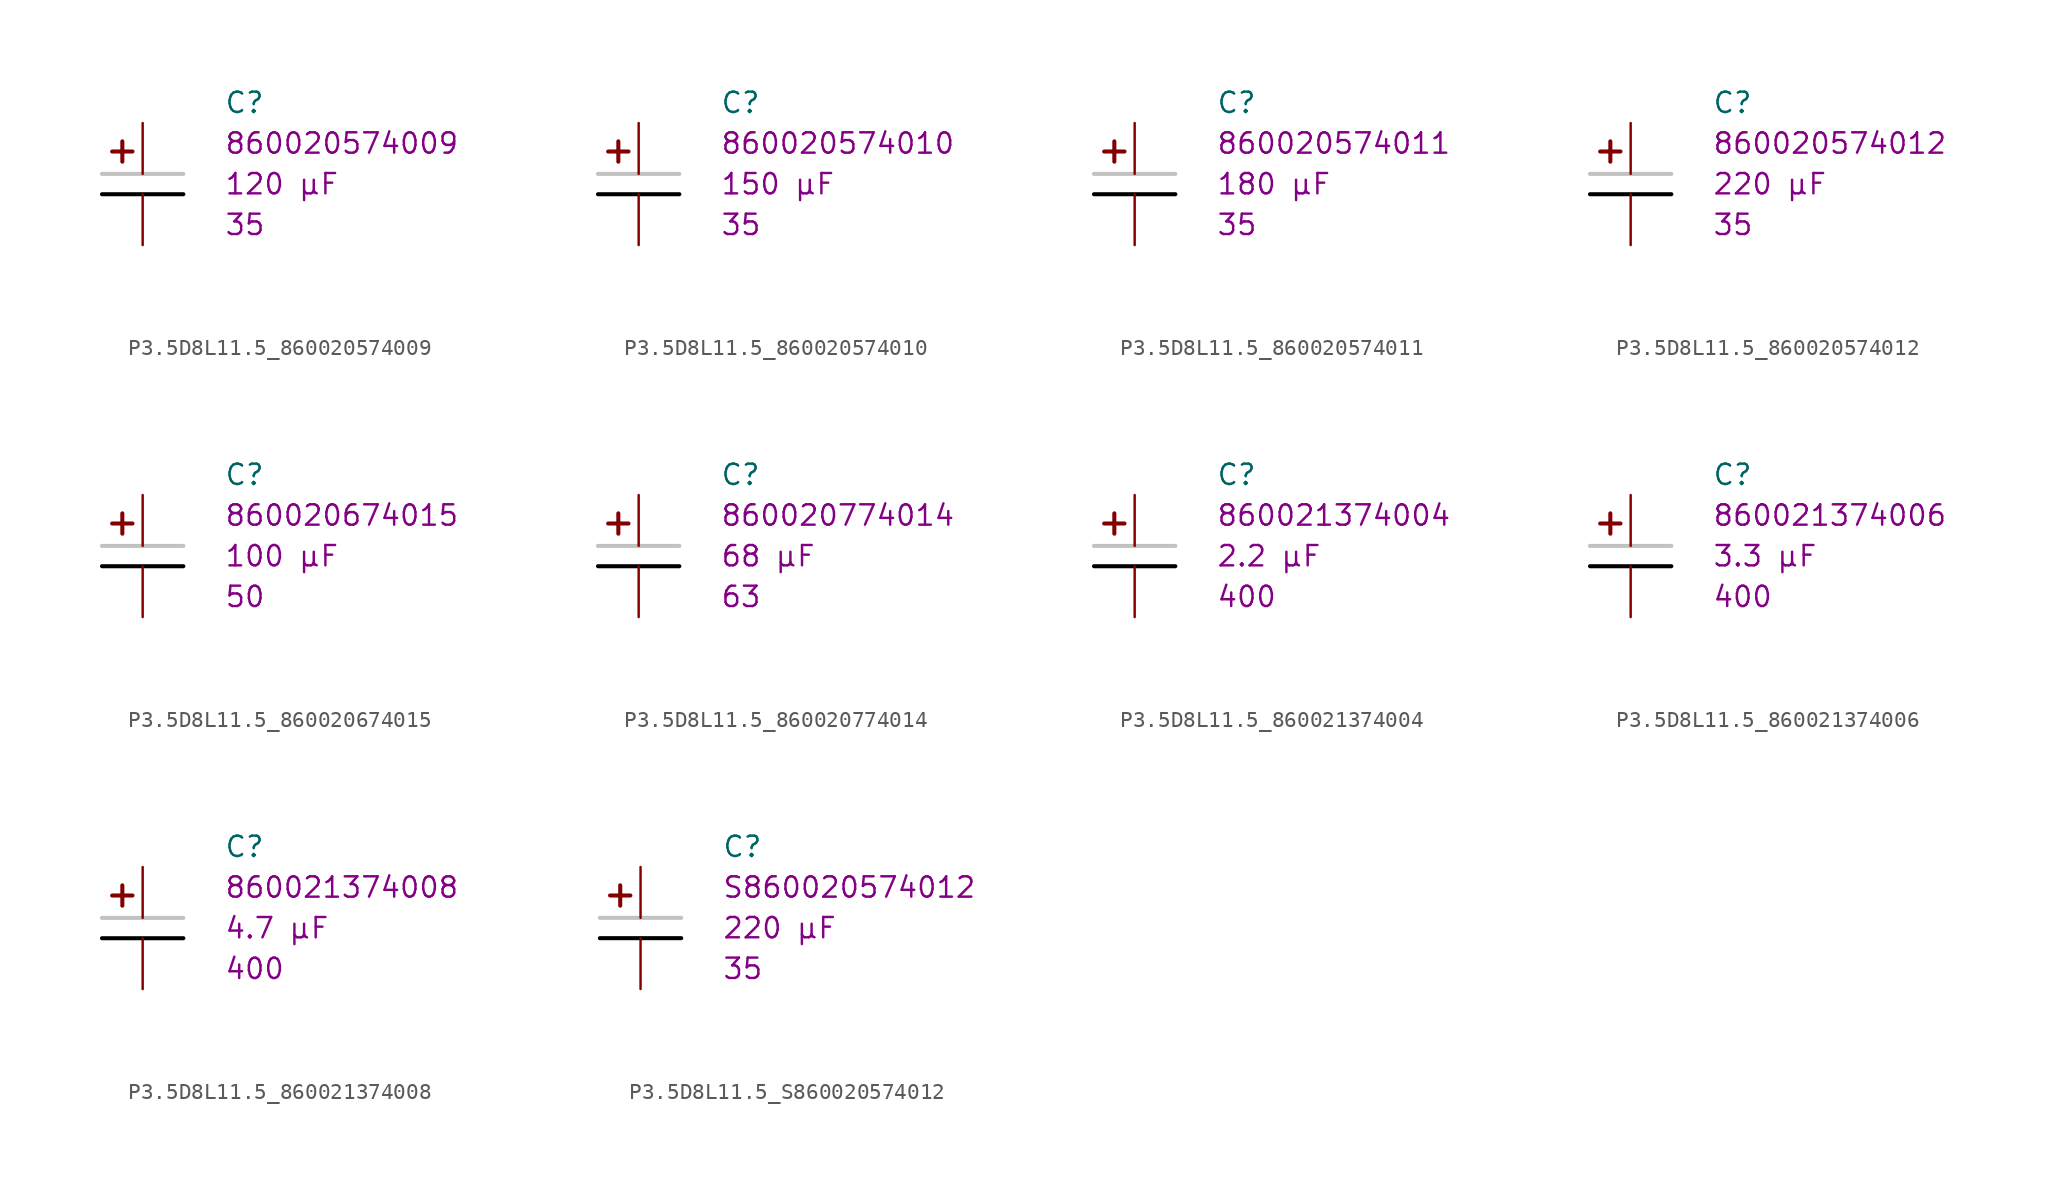
<source format=kicad_sym>
(kicad_symbol_lib
  (version 20220914)
  (generator kicad_symbol_editor)
  (symbol "P3.5D8L11.5_860020574009"
    (pin_numbers hide)
    (pin_names hide)
    (property "Reference" "C"
      (at 5.08 5.08 0)
      (effects (font (size 1.27 1.27)) (justify left)))
    (property "Part Number" "860020574009"
      (at 5.08 2.54 0)
      (effects (font (size 1.27 1.27)) (justify left)))
    (property "Capacitance" "120 µF"
      (at 5.08 0 0)
      (effects (font (size 1.27 1.27)) (justify left)))
    (property "Voltage" "35"
      (at 5.08 -2.54 0)
      (effects (font (size 1.27 1.27)) (justify left)))
    (property "Critical Parameter" ""
      (at 0 -7.62 0)
      (effects (font (size 1.27 1.27))))
    (symbol "P3.5D8L11.5_860020574009_1_1"
      (polyline (pts (xy -1.27 2.667) (xy -1.27 1.397)) (stroke (width 0.254) (type default)) (fill (type none)))
      (polyline (pts (xy -0.635 2.032) (xy -1.905 2.032)) (stroke (width 0.254) (type default)) (fill (type none)))
      (polyline (pts (xy 2.54 -0.635) (xy -2.54 -0.635)) (stroke (width 0.254) (type default) (color 0 0 0 1)) (fill (type none)))
      (polyline (pts (xy 2.54 0.635) (xy -2.54 0.635)) (stroke (width 0.254) (type default) (color 194 194 194 1)) (fill (type none)))
      (pin passive line (at 0 3.81 270) (length 3.175) (name "1" (effects (font (size 1.27 1.27)))) (number "1" (effects (font (size 1.27 1.27)))))
      (pin passive line (at 0 -3.81 90) (length 3.175) (name "2" (effects (font (size 1.27 1.27)))) (number "2" (effects (font (size 1.27 1.27)))))))
  (symbol "P3.5D8L11.5_860020574010"
    (pin_numbers hide)
    (pin_names hide)
    (property "Reference" "C"
      (at 5.08 5.08 0)
      (effects (font (size 1.27 1.27)) (justify left)))
    (property "Part Number" "860020574010"
      (at 5.08 2.54 0)
      (effects (font (size 1.27 1.27)) (justify left)))
    (property "Capacitance" "150 µF"
      (at 5.08 0 0)
      (effects (font (size 1.27 1.27)) (justify left)))
    (property "Voltage" "35"
      (at 5.08 -2.54 0)
      (effects (font (size 1.27 1.27)) (justify left)))
    (property "Critical Parameter" ""
      (at 0 -7.62 0)
      (effects (font (size 1.27 1.27))))
    (symbol "P3.5D8L11.5_860020574010_1_1"
      (polyline (pts (xy -1.27 2.667) (xy -1.27 1.397)) (stroke (width 0.254) (type default)) (fill (type none)))
      (polyline (pts (xy -0.635 2.032) (xy -1.905 2.032)) (stroke (width 0.254) (type default)) (fill (type none)))
      (polyline (pts (xy 2.54 -0.635) (xy -2.54 -0.635)) (stroke (width 0.254) (type default) (color 0 0 0 1)) (fill (type none)))
      (polyline (pts (xy 2.54 0.635) (xy -2.54 0.635)) (stroke (width 0.254) (type default) (color 194 194 194 1)) (fill (type none)))
      (pin passive line (at 0 3.81 270) (length 3.175) (name "1" (effects (font (size 1.27 1.27)))) (number "1" (effects (font (size 1.27 1.27)))))
      (pin passive line (at 0 -3.81 90) (length 3.175) (name "2" (effects (font (size 1.27 1.27)))) (number "2" (effects (font (size 1.27 1.27)))))))
  (symbol "P3.5D8L11.5_860020574011"
    (pin_numbers hide)
    (pin_names hide)
    (property "Reference" "C"
      (at 5.08 5.08 0)
      (effects (font (size 1.27 1.27)) (justify left)))
    (property "Part Number" "860020574011"
      (at 5.08 2.54 0)
      (effects (font (size 1.27 1.27)) (justify left)))
    (property "Capacitance" "180 µF"
      (at 5.08 0 0)
      (effects (font (size 1.27 1.27)) (justify left)))
    (property "Voltage" "35"
      (at 5.08 -2.54 0)
      (effects (font (size 1.27 1.27)) (justify left)))
    (property "Critical Parameter" ""
      (at 0 -7.62 0)
      (effects (font (size 1.27 1.27))))
    (symbol "P3.5D8L11.5_860020574011_1_1"
      (polyline (pts (xy -1.27 2.667) (xy -1.27 1.397)) (stroke (width 0.254) (type default)) (fill (type none)))
      (polyline (pts (xy -0.635 2.032) (xy -1.905 2.032)) (stroke (width 0.254) (type default)) (fill (type none)))
      (polyline (pts (xy 2.54 -0.635) (xy -2.54 -0.635)) (stroke (width 0.254) (type default) (color 0 0 0 1)) (fill (type none)))
      (polyline (pts (xy 2.54 0.635) (xy -2.54 0.635)) (stroke (width 0.254) (type default) (color 194 194 194 1)) (fill (type none)))
      (pin passive line (at 0 3.81 270) (length 3.175) (name "1" (effects (font (size 1.27 1.27)))) (number "1" (effects (font (size 1.27 1.27)))))
      (pin passive line (at 0 -3.81 90) (length 3.175) (name "2" (effects (font (size 1.27 1.27)))) (number "2" (effects (font (size 1.27 1.27)))))))
  (symbol "P3.5D8L11.5_860020574012"
    (pin_numbers hide)
    (pin_names hide)
    (property "Reference" "C"
      (at 5.08 5.08 0)
      (effects (font (size 1.27 1.27)) (justify left)))
    (property "Part Number" "860020574012"
      (at 5.08 2.54 0)
      (effects (font (size 1.27 1.27)) (justify left)))
    (property "Capacitance" "220 µF"
      (at 5.08 0 0)
      (effects (font (size 1.27 1.27)) (justify left)))
    (property "Voltage" "35"
      (at 5.08 -2.54 0)
      (effects (font (size 1.27 1.27)) (justify left)))
    (property "Critical Parameter" ""
      (at 0 -7.62 0)
      (effects (font (size 1.27 1.27))))
    (symbol "P3.5D8L11.5_860020574012_1_1"
      (polyline (pts (xy -1.27 2.667) (xy -1.27 1.397)) (stroke (width 0.254) (type default)) (fill (type none)))
      (polyline (pts (xy -0.635 2.032) (xy -1.905 2.032)) (stroke (width 0.254) (type default)) (fill (type none)))
      (polyline (pts (xy 2.54 -0.635) (xy -2.54 -0.635)) (stroke (width 0.254) (type default) (color 0 0 0 1)) (fill (type none)))
      (polyline (pts (xy 2.54 0.635) (xy -2.54 0.635)) (stroke (width 0.254) (type default) (color 194 194 194 1)) (fill (type none)))
      (pin passive line (at 0 3.81 270) (length 3.175) (name "1" (effects (font (size 1.27 1.27)))) (number "1" (effects (font (size 1.27 1.27)))))
      (pin passive line (at 0 -3.81 90) (length 3.175) (name "2" (effects (font (size 1.27 1.27)))) (number "2" (effects (font (size 1.27 1.27)))))))
  (symbol "P3.5D8L11.5_860020674015"
    (pin_numbers hide)
    (pin_names hide)
    (property "Reference" "C"
      (at 5.08 5.08 0)
      (effects (font (size 1.27 1.27)) (justify left)))
    (property "Part Number" "860020674015"
      (at 5.08 2.54 0)
      (effects (font (size 1.27 1.27)) (justify left)))
    (property "Capacitance" "100 µF"
      (at 5.08 0 0)
      (effects (font (size 1.27 1.27)) (justify left)))
    (property "Voltage" "50"
      (at 5.08 -2.54 0)
      (effects (font (size 1.27 1.27)) (justify left)))
    (property "Critical Parameter" ""
      (at 0 -7.62 0)
      (effects (font (size 1.27 1.27))))
    (symbol "P3.5D8L11.5_860020674015_1_1"
      (polyline (pts (xy -1.27 2.667) (xy -1.27 1.397)) (stroke (width 0.254) (type default)) (fill (type none)))
      (polyline (pts (xy -0.635 2.032) (xy -1.905 2.032)) (stroke (width 0.254) (type default)) (fill (type none)))
      (polyline (pts (xy 2.54 -0.635) (xy -2.54 -0.635)) (stroke (width 0.254) (type default) (color 0 0 0 1)) (fill (type none)))
      (polyline (pts (xy 2.54 0.635) (xy -2.54 0.635)) (stroke (width 0.254) (type default) (color 194 194 194 1)) (fill (type none)))
      (pin passive line (at 0 3.81 270) (length 3.175) (name "1" (effects (font (size 1.27 1.27)))) (number "1" (effects (font (size 1.27 1.27)))))
      (pin passive line (at 0 -3.81 90) (length 3.175) (name "2" (effects (font (size 1.27 1.27)))) (number "2" (effects (font (size 1.27 1.27)))))))
  (symbol "P3.5D8L11.5_860020774014"
    (pin_numbers hide)
    (pin_names hide)
    (property "Reference" "C"
      (at 5.08 5.08 0)
      (effects (font (size 1.27 1.27)) (justify left)))
    (property "Part Number" "860020774014"
      (at 5.08 2.54 0)
      (effects (font (size 1.27 1.27)) (justify left)))
    (property "Capacitance" "68 µF"
      (at 5.08 0 0)
      (effects (font (size 1.27 1.27)) (justify left)))
    (property "Voltage" "63"
      (at 5.08 -2.54 0)
      (effects (font (size 1.27 1.27)) (justify left)))
    (property "Critical Parameter" ""
      (at 0 -7.62 0)
      (effects (font (size 1.27 1.27))))
    (symbol "P3.5D8L11.5_860020774014_1_1"
      (polyline (pts (xy -1.27 2.667) (xy -1.27 1.397)) (stroke (width 0.254) (type default)) (fill (type none)))
      (polyline (pts (xy -0.635 2.032) (xy -1.905 2.032)) (stroke (width 0.254) (type default)) (fill (type none)))
      (polyline (pts (xy 2.54 -0.635) (xy -2.54 -0.635)) (stroke (width 0.254) (type default) (color 0 0 0 1)) (fill (type none)))
      (polyline (pts (xy 2.54 0.635) (xy -2.54 0.635)) (stroke (width 0.254) (type default) (color 194 194 194 1)) (fill (type none)))
      (pin passive line (at 0 3.81 270) (length 3.175) (name "1" (effects (font (size 1.27 1.27)))) (number "1" (effects (font (size 1.27 1.27)))))
      (pin passive line (at 0 -3.81 90) (length 3.175) (name "2" (effects (font (size 1.27 1.27)))) (number "2" (effects (font (size 1.27 1.27)))))))
  (symbol "P3.5D8L11.5_860021374004"
    (pin_numbers hide)
    (pin_names hide)
    (property "Reference" "C"
      (at 5.08 5.08 0)
      (effects (font (size 1.27 1.27)) (justify left)))
    (property "Part Number" "860021374004"
      (at 5.08 2.54 0)
      (effects (font (size 1.27 1.27)) (justify left)))
    (property "Capacitance" "2.2 µF"
      (at 5.08 0 0)
      (effects (font (size 1.27 1.27)) (justify left)))
    (property "Voltage" "400"
      (at 5.08 -2.54 0)
      (effects (font (size 1.27 1.27)) (justify left)))
    (property "Critical Parameter" ""
      (at 0 -7.62 0)
      (effects (font (size 1.27 1.27))))
    (symbol "P3.5D8L11.5_860021374004_1_1"
      (polyline (pts (xy -1.27 2.667) (xy -1.27 1.397)) (stroke (width 0.254) (type default)) (fill (type none)))
      (polyline (pts (xy -0.635 2.032) (xy -1.905 2.032)) (stroke (width 0.254) (type default)) (fill (type none)))
      (polyline (pts (xy 2.54 -0.635) (xy -2.54 -0.635)) (stroke (width 0.254) (type default) (color 0 0 0 1)) (fill (type none)))
      (polyline (pts (xy 2.54 0.635) (xy -2.54 0.635)) (stroke (width 0.254) (type default) (color 194 194 194 1)) (fill (type none)))
      (pin passive line (at 0 3.81 270) (length 3.175) (name "1" (effects (font (size 1.27 1.27)))) (number "1" (effects (font (size 1.27 1.27)))))
      (pin passive line (at 0 -3.81 90) (length 3.175) (name "2" (effects (font (size 1.27 1.27)))) (number "2" (effects (font (size 1.27 1.27)))))))
  (symbol "P3.5D8L11.5_860021374006"
    (pin_numbers hide)
    (pin_names hide)
    (property "Reference" "C"
      (at 5.08 5.08 0)
      (effects (font (size 1.27 1.27)) (justify left)))
    (property "Part Number" "860021374006"
      (at 5.08 2.54 0)
      (effects (font (size 1.27 1.27)) (justify left)))
    (property "Capacitance" "3.3 µF"
      (at 5.08 0 0)
      (effects (font (size 1.27 1.27)) (justify left)))
    (property "Voltage" "400"
      (at 5.08 -2.54 0)
      (effects (font (size 1.27 1.27)) (justify left)))
    (property "Critical Parameter" ""
      (at 0 -7.62 0)
      (effects (font (size 1.27 1.27))))
    (symbol "P3.5D8L11.5_860021374006_1_1"
      (polyline (pts (xy -1.27 2.667) (xy -1.27 1.397)) (stroke (width 0.254) (type default)) (fill (type none)))
      (polyline (pts (xy -0.635 2.032) (xy -1.905 2.032)) (stroke (width 0.254) (type default)) (fill (type none)))
      (polyline (pts (xy 2.54 -0.635) (xy -2.54 -0.635)) (stroke (width 0.254) (type default) (color 0 0 0 1)) (fill (type none)))
      (polyline (pts (xy 2.54 0.635) (xy -2.54 0.635)) (stroke (width 0.254) (type default) (color 194 194 194 1)) (fill (type none)))
      (pin passive line (at 0 3.81 270) (length 3.175) (name "1" (effects (font (size 1.27 1.27)))) (number "1" (effects (font (size 1.27 1.27)))))
      (pin passive line (at 0 -3.81 90) (length 3.175) (name "2" (effects (font (size 1.27 1.27)))) (number "2" (effects (font (size 1.27 1.27)))))))
  (symbol "P3.5D8L11.5_860021374008"
    (pin_numbers hide)
    (pin_names hide)
    (property "Reference" "C"
      (at 5.08 5.08 0)
      (effects (font (size 1.27 1.27)) (justify left)))
    (property "Part Number" "860021374008"
      (at 5.08 2.54 0)
      (effects (font (size 1.27 1.27)) (justify left)))
    (property "Capacitance" "4.7 µF"
      (at 5.08 0 0)
      (effects (font (size 1.27 1.27)) (justify left)))
    (property "Voltage" "400"
      (at 5.08 -2.54 0)
      (effects (font (size 1.27 1.27)) (justify left)))
    (property "Critical Parameter" ""
      (at 0 -7.62 0)
      (effects (font (size 1.27 1.27))))
    (symbol "P3.5D8L11.5_860021374008_1_1"
      (polyline (pts (xy -1.27 2.667) (xy -1.27 1.397)) (stroke (width 0.254) (type default)) (fill (type none)))
      (polyline (pts (xy -0.635 2.032) (xy -1.905 2.032)) (stroke (width 0.254) (type default)) (fill (type none)))
      (polyline (pts (xy 2.54 -0.635) (xy -2.54 -0.635)) (stroke (width 0.254) (type default) (color 0 0 0 1)) (fill (type none)))
      (polyline (pts (xy 2.54 0.635) (xy -2.54 0.635)) (stroke (width 0.254) (type default) (color 194 194 194 1)) (fill (type none)))
      (pin passive line (at 0 3.81 270) (length 3.175) (name "1" (effects (font (size 1.27 1.27)))) (number "1" (effects (font (size 1.27 1.27)))))
      (pin passive line (at 0 -3.81 90) (length 3.175) (name "2" (effects (font (size 1.27 1.27)))) (number "2" (effects (font (size 1.27 1.27)))))))
  (symbol "P3.5D8L11.5_S860020574012"
    (pin_numbers hide)
    (pin_names hide)
    (property "Reference" "C"
      (at 5.08 5.08 0)
      (effects (font (size 1.27 1.27)) (justify left)))
    (property "Part Number" "S860020574012"
      (at 5.08 2.54 0)
      (effects (font (size 1.27 1.27)) (justify left)))
    (property "Capacitance" "220 µF"
      (at 5.08 0 0)
      (effects (font (size 1.27 1.27)) (justify left)))
    (property "Voltage" "35"
      (at 5.08 -2.54 0)
      (effects (font (size 1.27 1.27)) (justify left)))
    (property "Critical Parameter" ""
      (at 0 -7.62 0)
      (effects (font (size 1.27 1.27))))
    (symbol "P3.5D8L11.5_S860020574012_1_1"
      (polyline (pts (xy -1.27 2.667) (xy -1.27 1.397)) (stroke (width 0.254) (type default)) (fill (type none)))
      (polyline (pts (xy -0.635 2.032) (xy -1.905 2.032)) (stroke (width 0.254) (type default)) (fill (type none)))
      (polyline (pts (xy 2.54 -0.635) (xy -2.54 -0.635)) (stroke (width 0.254) (type default) (color 0 0 0 1)) (fill (type none)))
      (polyline (pts (xy 2.54 0.635) (xy -2.54 0.635)) (stroke (width 0.254) (type default) (color 194 194 194 1)) (fill (type none)))
      (pin passive line (at 0 3.81 270) (length 3.175) (name "1" (effects (font (size 1.27 1.27)))) (number "1" (effects (font (size 1.27 1.27)))))
      (pin passive line (at 0 -3.81 90) (length 3.175) (name "2" (effects (font (size 1.27 1.27)))) (number "2" (effects (font (size 1.27 1.27))))))))
</source>
